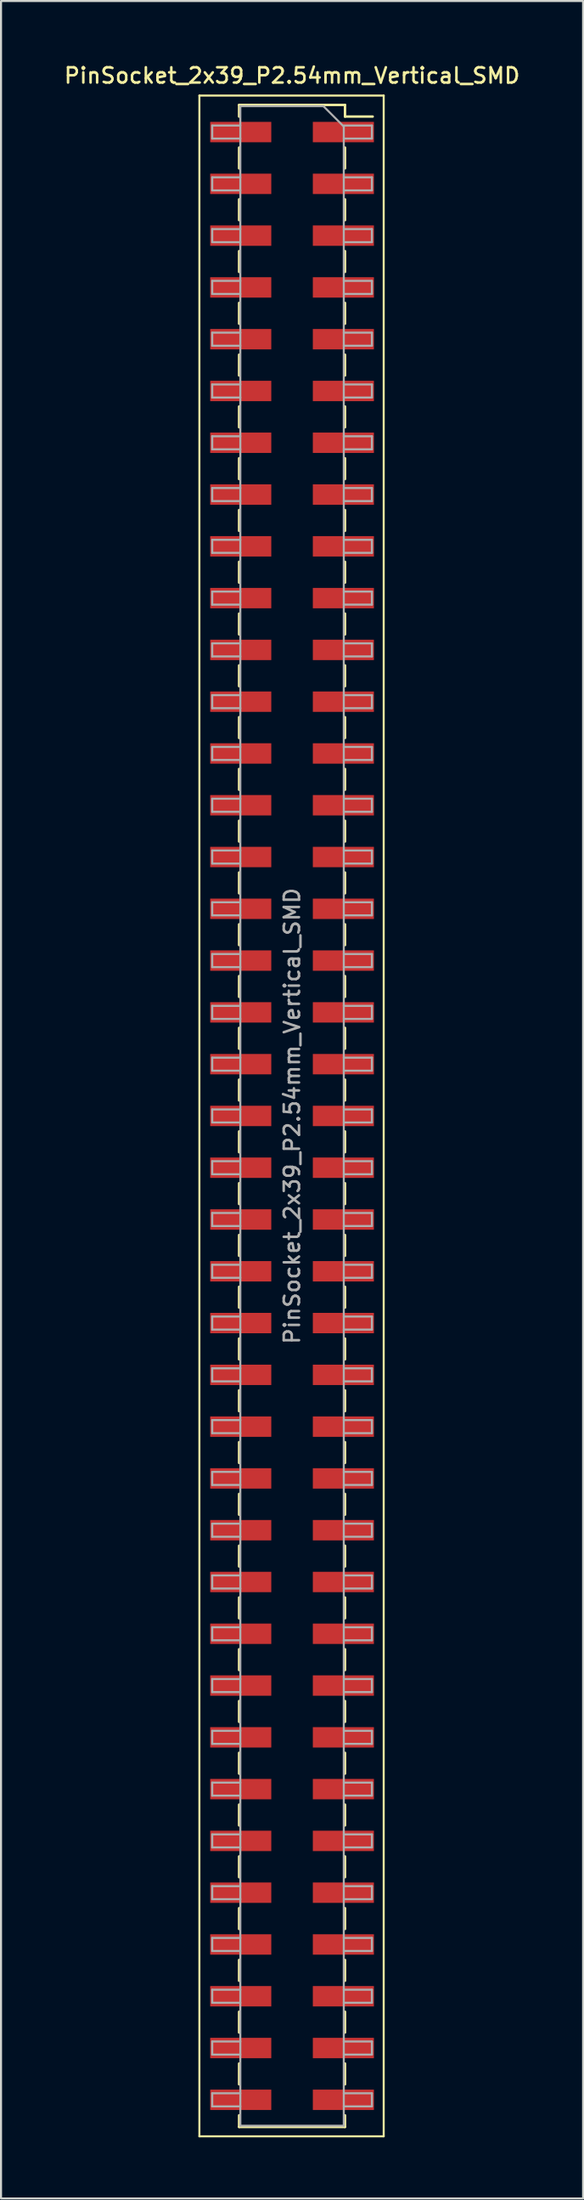
<source format=kicad_pcb>
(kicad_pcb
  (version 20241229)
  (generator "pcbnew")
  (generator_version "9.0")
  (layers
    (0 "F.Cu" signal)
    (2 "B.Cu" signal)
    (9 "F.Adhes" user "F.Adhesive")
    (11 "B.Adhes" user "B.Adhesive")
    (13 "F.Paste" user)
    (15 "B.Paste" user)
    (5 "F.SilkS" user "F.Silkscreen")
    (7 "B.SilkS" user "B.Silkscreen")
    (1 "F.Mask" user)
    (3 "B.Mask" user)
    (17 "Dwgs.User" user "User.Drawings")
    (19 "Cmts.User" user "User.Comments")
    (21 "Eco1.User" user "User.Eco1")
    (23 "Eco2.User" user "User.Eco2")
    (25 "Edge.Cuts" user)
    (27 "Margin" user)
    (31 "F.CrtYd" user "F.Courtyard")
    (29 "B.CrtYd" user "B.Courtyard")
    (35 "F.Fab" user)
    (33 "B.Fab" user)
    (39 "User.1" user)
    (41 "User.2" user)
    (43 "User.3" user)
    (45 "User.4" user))
  (footprint "PinSocket_2x39_P2.54mm_Vertical_SMD"
    (layer "F.Cu")
    (at 11.291 51.688)
    (property "Reference" "PinSocket_2x39_P2.54mm_Vertical_SMD" (at 0 -51.03 0) (layer "F.SilkS") (effects (font (size 0.75 0.75) (thickness 0.125))))
    (attr smd)
    (fp_line (start -4.55 -50.05) (end 4.5 -50.05) (stroke (width 0.1) (type solid)) (layer "F.SilkS"))
    (fp_line (start -4.55 50.05) (end -4.55 -50.05) (stroke (width 0.1) (type solid)) (layer "F.SilkS"))
    (fp_line (start -2.6 -49.59) (end -2.6 -49.02) (stroke (width 0.12) (type solid)) (layer "F.SilkS"))
    (fp_line (start -2.6 -49.59) (end 2.6 -49.59) (stroke (width 0.12) (type solid)) (layer "F.SilkS"))
    (fp_line (start -2.6 -47.5) (end -2.6 -46.48) (stroke (width 0.12) (type solid)) (layer "F.SilkS"))
    (fp_line (start -2.6 -44.96) (end -2.6 -43.94) (stroke (width 0.12) (type solid)) (layer "F.SilkS"))
    (fp_line (start -2.6 -42.42) (end -2.6 -41.4) (stroke (width 0.12) (type solid)) (layer "F.SilkS"))
    (fp_line (start -2.6 -39.88) (end -2.6 -38.86) (stroke (width 0.12) (type solid)) (layer "F.SilkS"))
    (fp_line (start -2.6 -37.34) (end -2.6 -36.32) (stroke (width 0.12) (type solid)) (layer "F.SilkS"))
    (fp_line (start -2.6 -34.8) (end -2.6 -33.78) (stroke (width 0.12) (type solid)) (layer "F.SilkS"))
    (fp_line (start -2.6 -32.26) (end -2.6 -31.24) (stroke (width 0.12) (type solid)) (layer "F.SilkS"))
    (fp_line (start -2.6 -29.72) (end -2.6 -28.7) (stroke (width 0.12) (type solid)) (layer "F.SilkS"))
    (fp_line (start -2.6 -27.18) (end -2.6 -26.16) (stroke (width 0.12) (type solid)) (layer "F.SilkS"))
    (fp_line (start -2.6 -24.64) (end -2.6 -23.62) (stroke (width 0.12) (type solid)) (layer "F.SilkS"))
    (fp_line (start -2.6 -22.1) (end -2.6 -21.08) (stroke (width 0.12) (type solid)) (layer "F.SilkS"))
    (fp_line (start -2.6 -19.56) (end -2.6 -18.54) (stroke (width 0.12) (type solid)) (layer "F.SilkS"))
    (fp_line (start -2.6 -17.02) (end -2.6 -16) (stroke (width 0.12) (type solid)) (layer "F.SilkS"))
    (fp_line (start -2.6 -14.48) (end -2.6 -13.46) (stroke (width 0.12) (type solid)) (layer "F.SilkS"))
    (fp_line (start -2.6 -11.94) (end -2.6 -10.92) (stroke (width 0.12) (type solid)) (layer "F.SilkS"))
    (fp_line (start -2.6 -9.4) (end -2.6 -8.38) (stroke (width 0.12) (type solid)) (layer "F.SilkS"))
    (fp_line (start -2.6 -6.86) (end -2.6 -5.84) (stroke (width 0.12) (type solid)) (layer "F.SilkS"))
    (fp_line (start -2.6 -4.32) (end -2.6 -3.3) (stroke (width 0.12) (type solid)) (layer "F.SilkS"))
    (fp_line (start -2.6 -1.78) (end -2.6 -0.76) (stroke (width 0.12) (type solid)) (layer "F.SilkS"))
    (fp_line (start -2.6 0.76) (end -2.6 1.78) (stroke (width 0.12) (type solid)) (layer "F.SilkS"))
    (fp_line (start -2.6 3.3) (end -2.6 4.32) (stroke (width 0.12) (type solid)) (layer "F.SilkS"))
    (fp_line (start -2.6 5.84) (end -2.6 6.86) (stroke (width 0.12) (type solid)) (layer "F.SilkS"))
    (fp_line (start -2.6 8.38) (end -2.6 9.4) (stroke (width 0.12) (type solid)) (layer "F.SilkS"))
    (fp_line (start -2.6 10.92) (end -2.6 11.94) (stroke (width 0.12) (type solid)) (layer "F.SilkS"))
    (fp_line (start -2.6 13.46) (end -2.6 14.48) (stroke (width 0.12) (type solid)) (layer "F.SilkS"))
    (fp_line (start -2.6 16) (end -2.6 17.02) (stroke (width 0.12) (type solid)) (layer "F.SilkS"))
    (fp_line (start -2.6 18.54) (end -2.6 19.56) (stroke (width 0.12) (type solid)) (layer "F.SilkS"))
    (fp_line (start -2.6 21.08) (end -2.6 22.1) (stroke (width 0.12) (type solid)) (layer "F.SilkS"))
    (fp_line (start -2.6 23.62) (end -2.6 24.64) (stroke (width 0.12) (type solid)) (layer "F.SilkS"))
    (fp_line (start -2.6 26.16) (end -2.6 27.18) (stroke (width 0.12) (type solid)) (layer "F.SilkS"))
    (fp_line (start -2.6 28.7) (end -2.6 29.72) (stroke (width 0.12) (type solid)) (layer "F.SilkS"))
    (fp_line (start -2.6 31.24) (end -2.6 32.26) (stroke (width 0.12) (type solid)) (layer "F.SilkS"))
    (fp_line (start -2.6 33.78) (end -2.6 34.8) (stroke (width 0.12) (type solid)) (layer "F.SilkS"))
    (fp_line (start -2.6 36.32) (end -2.6 37.34) (stroke (width 0.12) (type solid)) (layer "F.SilkS"))
    (fp_line (start -2.6 38.86) (end -2.6 39.88) (stroke (width 0.12) (type solid)) (layer "F.SilkS"))
    (fp_line (start -2.6 41.4) (end -2.6 42.42) (stroke (width 0.12) (type solid)) (layer "F.SilkS"))
    (fp_line (start -2.6 43.94) (end -2.6 44.96) (stroke (width 0.12) (type solid)) (layer "F.SilkS"))
    (fp_line (start -2.6 46.48) (end -2.6 47.5) (stroke (width 0.12) (type solid)) (layer "F.SilkS"))
    (fp_line (start -2.6 49.02) (end -2.6 49.59) (stroke (width 0.12) (type solid)) (layer "F.SilkS"))
    (fp_line (start -2.6 49.59) (end 2.6 49.59) (stroke (width 0.12) (type solid)) (layer "F.SilkS"))
    (fp_line (start 2.6 -49.59) (end 2.6 -49.02) (stroke (width 0.12) (type solid)) (layer "F.SilkS"))
    (fp_line (start 2.6 -49.02) (end 3.96 -49.02) (stroke (width 0.12) (type solid)) (layer "F.SilkS"))
    (fp_line (start 2.6 -47.5) (end 2.6 -46.48) (stroke (width 0.12) (type solid)) (layer "F.SilkS"))
    (fp_line (start 2.6 -44.96) (end 2.6 -43.94) (stroke (width 0.12) (type solid)) (layer "F.SilkS"))
    (fp_line (start 2.6 -42.42) (end 2.6 -41.4) (stroke (width 0.12) (type solid)) (layer "F.SilkS"))
    (fp_line (start 2.6 -39.88) (end 2.6 -38.86) (stroke (width 0.12) (type solid)) (layer "F.SilkS"))
    (fp_line (start 2.6 -37.34) (end 2.6 -36.32) (stroke (width 0.12) (type solid)) (layer "F.SilkS"))
    (fp_line (start 2.6 -34.8) (end 2.6 -33.78) (stroke (width 0.12) (type solid)) (layer "F.SilkS"))
    (fp_line (start 2.6 -32.26) (end 2.6 -31.24) (stroke (width 0.12) (type solid)) (layer "F.SilkS"))
    (fp_line (start 2.6 -29.72) (end 2.6 -28.7) (stroke (width 0.12) (type solid)) (layer "F.SilkS"))
    (fp_line (start 2.6 -27.18) (end 2.6 -26.16) (stroke (width 0.12) (type solid)) (layer "F.SilkS"))
    (fp_line (start 2.6 -24.64) (end 2.6 -23.62) (stroke (width 0.12) (type solid)) (layer "F.SilkS"))
    (fp_line (start 2.6 -22.1) (end 2.6 -21.08) (stroke (width 0.12) (type solid)) (layer "F.SilkS"))
    (fp_line (start 2.6 -19.56) (end 2.6 -18.54) (stroke (width 0.12) (type solid)) (layer "F.SilkS"))
    (fp_line (start 2.6 -17.02) (end 2.6 -16) (stroke (width 0.12) (type solid)) (layer "F.SilkS"))
    (fp_line (start 2.6 -14.48) (end 2.6 -13.46) (stroke (width 0.12) (type solid)) (layer "F.SilkS"))
    (fp_line (start 2.6 -11.94) (end 2.6 -10.92) (stroke (width 0.12) (type solid)) (layer "F.SilkS"))
    (fp_line (start 2.6 -9.4) (end 2.6 -8.38) (stroke (width 0.12) (type solid)) (layer "F.SilkS"))
    (fp_line (start 2.6 -6.86) (end 2.6 -5.84) (stroke (width 0.12) (type solid)) (layer "F.SilkS"))
    (fp_line (start 2.6 -4.32) (end 2.6 -3.3) (stroke (width 0.12) (type solid)) (layer "F.SilkS"))
    (fp_line (start 2.6 -1.78) (end 2.6 -0.76) (stroke (width 0.12) (type solid)) (layer "F.SilkS"))
    (fp_line (start 2.6 0.76) (end 2.6 1.78) (stroke (width 0.12) (type solid)) (layer "F.SilkS"))
    (fp_line (start 2.6 3.3) (end 2.6 4.32) (stroke (width 0.12) (type solid)) (layer "F.SilkS"))
    (fp_line (start 2.6 5.84) (end 2.6 6.86) (stroke (width 0.12) (type solid)) (layer "F.SilkS"))
    (fp_line (start 2.6 8.38) (end 2.6 9.4) (stroke (width 0.12) (type solid)) (layer "F.SilkS"))
    (fp_line (start 2.6 10.92) (end 2.6 11.94) (stroke (width 0.12) (type solid)) (layer "F.SilkS"))
    (fp_line (start 2.6 13.46) (end 2.6 14.48) (stroke (width 0.12) (type solid)) (layer "F.SilkS"))
    (fp_line (start 2.6 16) (end 2.6 17.02) (stroke (width 0.12) (type solid)) (layer "F.SilkS"))
    (fp_line (start 2.6 18.54) (end 2.6 19.56) (stroke (width 0.12) (type solid)) (layer "F.SilkS"))
    (fp_line (start 2.6 21.08) (end 2.6 22.1) (stroke (width 0.12) (type solid)) (layer "F.SilkS"))
    (fp_line (start 2.6 23.62) (end 2.6 24.64) (stroke (width 0.12) (type solid)) (layer "F.SilkS"))
    (fp_line (start 2.6 26.16) (end 2.6 27.18) (stroke (width 0.12) (type solid)) (layer "F.SilkS"))
    (fp_line (start 2.6 28.7) (end 2.6 29.72) (stroke (width 0.12) (type solid)) (layer "F.SilkS"))
    (fp_line (start 2.6 31.24) (end 2.6 32.26) (stroke (width 0.12) (type solid)) (layer "F.SilkS"))
    (fp_line (start 2.6 33.78) (end 2.6 34.8) (stroke (width 0.12) (type solid)) (layer "F.SilkS"))
    (fp_line (start 2.6 36.32) (end 2.6 37.34) (stroke (width 0.12) (type solid)) (layer "F.SilkS"))
    (fp_line (start 2.6 38.86) (end 2.6 39.88) (stroke (width 0.12) (type solid)) (layer "F.SilkS"))
    (fp_line (start 2.6 41.4) (end 2.6 42.42) (stroke (width 0.12) (type solid)) (layer "F.SilkS"))
    (fp_line (start 2.6 43.94) (end 2.6 44.96) (stroke (width 0.12) (type solid)) (layer "F.SilkS"))
    (fp_line (start 2.6 46.48) (end 2.6 47.5) (stroke (width 0.12) (type solid)) (layer "F.SilkS"))
    (fp_line (start 2.6 49.02) (end 2.6 49.59) (stroke (width 0.12) (type solid)) (layer "F.SilkS"))
    (fp_line (start 4.5 -50.05) (end 4.5 50.05) (stroke (width 0.1) (type solid)) (layer "F.SilkS"))
    (fp_line (start 4.5 50.05) (end -4.55 50.05) (stroke (width 0.1) (type solid)) (layer "F.SilkS"))
    (fp_line (start -3.92 -48.58) (end -2.54 -48.58) (stroke (width 0.1) (type solid)) (layer "F.Fab"))
    (fp_line (start -3.92 -47.94) (end -3.92 -48.58) (stroke (width 0.1) (type solid)) (layer "F.Fab"))
    (fp_line (start -3.92 -46.04) (end -2.54 -46.04) (stroke (width 0.1) (type solid)) (layer "F.Fab"))
    (fp_line (start -3.92 -45.4) (end -3.92 -46.04) (stroke (width 0.1) (type solid)) (layer "F.Fab"))
    (fp_line (start -3.92 -43.5) (end -2.54 -43.5) (stroke (width 0.1) (type solid)) (layer "F.Fab"))
    (fp_line (start -3.92 -42.86) (end -3.92 -43.5) (stroke (width 0.1) (type solid)) (layer "F.Fab"))
    (fp_line (start -3.92 -40.96) (end -2.54 -40.96) (stroke (width 0.1) (type solid)) (layer "F.Fab"))
    (fp_line (start -3.92 -40.32) (end -3.92 -40.96) (stroke (width 0.1) (type solid)) (layer "F.Fab"))
    (fp_line (start -3.92 -38.42) (end -2.54 -38.42) (stroke (width 0.1) (type solid)) (layer "F.Fab"))
    (fp_line (start -3.92 -37.78) (end -3.92 -38.42) (stroke (width 0.1) (type solid)) (layer "F.Fab"))
    (fp_line (start -3.92 -35.88) (end -2.54 -35.88) (stroke (width 0.1) (type solid)) (layer "F.Fab"))
    (fp_line (start -3.92 -35.24) (end -3.92 -35.88) (stroke (width 0.1) (type solid)) (layer "F.Fab"))
    (fp_line (start -3.92 -33.34) (end -2.54 -33.34) (stroke (width 0.1) (type solid)) (layer "F.Fab"))
    (fp_line (start -3.92 -32.7) (end -3.92 -33.34) (stroke (width 0.1) (type solid)) (layer "F.Fab"))
    (fp_line (start -3.92 -30.8) (end -2.54 -30.8) (stroke (width 0.1) (type solid)) (layer "F.Fab"))
    (fp_line (start -3.92 -30.16) (end -3.92 -30.8) (stroke (width 0.1) (type solid)) (layer "F.Fab"))
    (fp_line (start -3.92 -28.26) (end -2.54 -28.26) (stroke (width 0.1) (type solid)) (layer "F.Fab"))
    (fp_line (start -3.92 -27.62) (end -3.92 -28.26) (stroke (width 0.1) (type solid)) (layer "F.Fab"))
    (fp_line (start -3.92 -25.72) (end -2.54 -25.72) (stroke (width 0.1) (type solid)) (layer "F.Fab"))
    (fp_line (start -3.92 -25.08) (end -3.92 -25.72) (stroke (width 0.1) (type solid)) (layer "F.Fab"))
    (fp_line (start -3.92 -23.18) (end -2.54 -23.18) (stroke (width 0.1) (type solid)) (layer "F.Fab"))
    (fp_line (start -3.92 -22.54) (end -3.92 -23.18) (stroke (width 0.1) (type solid)) (layer "F.Fab"))
    (fp_line (start -3.92 -20.64) (end -2.54 -20.64) (stroke (width 0.1) (type solid)) (layer "F.Fab"))
    (fp_line (start -3.92 -20) (end -3.92 -20.64) (stroke (width 0.1) (type solid)) (layer "F.Fab"))
    (fp_line (start -3.92 -18.1) (end -2.54 -18.1) (stroke (width 0.1) (type solid)) (layer "F.Fab"))
    (fp_line (start -3.92 -17.46) (end -3.92 -18.1) (stroke (width 0.1) (type solid)) (layer "F.Fab"))
    (fp_line (start -3.92 -15.56) (end -2.54 -15.56) (stroke (width 0.1) (type solid)) (layer "F.Fab"))
    (fp_line (start -3.92 -14.92) (end -3.92 -15.56) (stroke (width 0.1) (type solid)) (layer "F.Fab"))
    (fp_line (start -3.92 -13.02) (end -2.54 -13.02) (stroke (width 0.1) (type solid)) (layer "F.Fab"))
    (fp_line (start -3.92 -12.38) (end -3.92 -13.02) (stroke (width 0.1) (type solid)) (layer "F.Fab"))
    (fp_line (start -3.92 -10.48) (end -2.54 -10.48) (stroke (width 0.1) (type solid)) (layer "F.Fab"))
    (fp_line (start -3.92 -9.84) (end -3.92 -10.48) (stroke (width 0.1) (type solid)) (layer "F.Fab"))
    (fp_line (start -3.92 -7.94) (end -2.54 -7.94) (stroke (width 0.1) (type solid)) (layer "F.Fab"))
    (fp_line (start -3.92 -7.3) (end -3.92 -7.94) (stroke (width 0.1) (type solid)) (layer "F.Fab"))
    (fp_line (start -3.92 -5.4) (end -2.54 -5.4) (stroke (width 0.1) (type solid)) (layer "F.Fab"))
    (fp_line (start -3.92 -4.76) (end -3.92 -5.4) (stroke (width 0.1) (type solid)) (layer "F.Fab"))
    (fp_line (start -3.92 -2.86) (end -2.54 -2.86) (stroke (width 0.1) (type solid)) (layer "F.Fab"))
    (fp_line (start -3.92 -2.22) (end -3.92 -2.86) (stroke (width 0.1) (type solid)) (layer "F.Fab"))
    (fp_line (start -3.92 -0.32) (end -2.54 -0.32) (stroke (width 0.1) (type solid)) (layer "F.Fab"))
    (fp_line (start -3.92 0.32) (end -3.92 -0.32) (stroke (width 0.1) (type solid)) (layer "F.Fab"))
    (fp_line (start -3.92 2.22) (end -2.54 2.22) (stroke (width 0.1) (type solid)) (layer "F.Fab"))
    (fp_line (start -3.92 2.86) (end -3.92 2.22) (stroke (width 0.1) (type solid)) (layer "F.Fab"))
    (fp_line (start -3.92 4.76) (end -2.54 4.76) (stroke (width 0.1) (type solid)) (layer "F.Fab"))
    (fp_line (start -3.92 5.4) (end -3.92 4.76) (stroke (width 0.1) (type solid)) (layer "F.Fab"))
    (fp_line (start -3.92 7.3) (end -2.54 7.3) (stroke (width 0.1) (type solid)) (layer "F.Fab"))
    (fp_line (start -3.92 7.94) (end -3.92 7.3) (stroke (width 0.1) (type solid)) (layer "F.Fab"))
    (fp_line (start -3.92 9.84) (end -2.54 9.84) (stroke (width 0.1) (type solid)) (layer "F.Fab"))
    (fp_line (start -3.92 10.48) (end -3.92 9.84) (stroke (width 0.1) (type solid)) (layer "F.Fab"))
    (fp_line (start -3.92 12.38) (end -2.54 12.38) (stroke (width 0.1) (type solid)) (layer "F.Fab"))
    (fp_line (start -3.92 13.02) (end -3.92 12.38) (stroke (width 0.1) (type solid)) (layer "F.Fab"))
    (fp_line (start -3.92 14.92) (end -2.54 14.92) (stroke (width 0.1) (type solid)) (layer "F.Fab"))
    (fp_line (start -3.92 15.56) (end -3.92 14.92) (stroke (width 0.1) (type solid)) (layer "F.Fab"))
    (fp_line (start -3.92 17.46) (end -2.54 17.46) (stroke (width 0.1) (type solid)) (layer "F.Fab"))
    (fp_line (start -3.92 18.1) (end -3.92 17.46) (stroke (width 0.1) (type solid)) (layer "F.Fab"))
    (fp_line (start -3.92 20) (end -2.54 20) (stroke (width 0.1) (type solid)) (layer "F.Fab"))
    (fp_line (start -3.92 20.64) (end -3.92 20) (stroke (width 0.1) (type solid)) (layer "F.Fab"))
    (fp_line (start -3.92 22.54) (end -2.54 22.54) (stroke (width 0.1) (type solid)) (layer "F.Fab"))
    (fp_line (start -3.92 23.18) (end -3.92 22.54) (stroke (width 0.1) (type solid)) (layer "F.Fab"))
    (fp_line (start -3.92 25.08) (end -2.54 25.08) (stroke (width 0.1) (type solid)) (layer "F.Fab"))
    (fp_line (start -3.92 25.72) (end -3.92 25.08) (stroke (width 0.1) (type solid)) (layer "F.Fab"))
    (fp_line (start -3.92 27.62) (end -2.54 27.62) (stroke (width 0.1) (type solid)) (layer "F.Fab"))
    (fp_line (start -3.92 28.26) (end -3.92 27.62) (stroke (width 0.1) (type solid)) (layer "F.Fab"))
    (fp_line (start -3.92 30.16) (end -2.54 30.16) (stroke (width 0.1) (type solid)) (layer "F.Fab"))
    (fp_line (start -3.92 30.8) (end -3.92 30.16) (stroke (width 0.1) (type solid)) (layer "F.Fab"))
    (fp_line (start -3.92 32.7) (end -2.54 32.7) (stroke (width 0.1) (type solid)) (layer "F.Fab"))
    (fp_line (start -3.92 33.34) (end -3.92 32.7) (stroke (width 0.1) (type solid)) (layer "F.Fab"))
    (fp_line (start -3.92 35.24) (end -2.54 35.24) (stroke (width 0.1) (type solid)) (layer "F.Fab"))
    (fp_line (start -3.92 35.88) (end -3.92 35.24) (stroke (width 0.1) (type solid)) (layer "F.Fab"))
    (fp_line (start -3.92 37.78) (end -2.54 37.78) (stroke (width 0.1) (type solid)) (layer "F.Fab"))
    (fp_line (start -3.92 38.42) (end -3.92 37.78) (stroke (width 0.1) (type solid)) (layer "F.Fab"))
    (fp_line (start -3.92 40.32) (end -2.54 40.32) (stroke (width 0.1) (type solid)) (layer "F.Fab"))
    (fp_line (start -3.92 40.96) (end -3.92 40.32) (stroke (width 0.1) (type solid)) (layer "F.Fab"))
    (fp_line (start -3.92 42.86) (end -2.54 42.86) (stroke (width 0.1) (type solid)) (layer "F.Fab"))
    (fp_line (start -3.92 43.5) (end -3.92 42.86) (stroke (width 0.1) (type solid)) (layer "F.Fab"))
    (fp_line (start -3.92 45.4) (end -2.54 45.4) (stroke (width 0.1) (type solid)) (layer "F.Fab"))
    (fp_line (start -3.92 46.04) (end -3.92 45.4) (stroke (width 0.1) (type solid)) (layer "F.Fab"))
    (fp_line (start -3.92 47.94) (end -2.54 47.94) (stroke (width 0.1) (type solid)) (layer "F.Fab"))
    (fp_line (start -3.92 48.58) (end -3.92 47.94) (stroke (width 0.1) (type solid)) (layer "F.Fab"))
    (fp_line (start -2.54 -49.53) (end 1.54 -49.53) (stroke (width 0.1) (type solid)) (layer "F.Fab"))
    (fp_line (start -2.54 -47.94) (end -3.92 -47.94) (stroke (width 0.1) (type solid)) (layer "F.Fab"))
    (fp_line (start -2.54 -45.4) (end -3.92 -45.4) (stroke (width 0.1) (type solid)) (layer "F.Fab"))
    (fp_line (start -2.54 -42.86) (end -3.92 -42.86) (stroke (width 0.1) (type solid)) (layer "F.Fab"))
    (fp_line (start -2.54 -40.32) (end -3.92 -40.32) (stroke (width 0.1) (type solid)) (layer "F.Fab"))
    (fp_line (start -2.54 -37.78) (end -3.92 -37.78) (stroke (width 0.1) (type solid)) (layer "F.Fab"))
    (fp_line (start -2.54 -35.24) (end -3.92 -35.24) (stroke (width 0.1) (type solid)) (layer "F.Fab"))
    (fp_line (start -2.54 -32.7) (end -3.92 -32.7) (stroke (width 0.1) (type solid)) (layer "F.Fab"))
    (fp_line (start -2.54 -30.16) (end -3.92 -30.16) (stroke (width 0.1) (type solid)) (layer "F.Fab"))
    (fp_line (start -2.54 -27.62) (end -3.92 -27.62) (stroke (width 0.1) (type solid)) (layer "F.Fab"))
    (fp_line (start -2.54 -25.08) (end -3.92 -25.08) (stroke (width 0.1) (type solid)) (layer "F.Fab"))
    (fp_line (start -2.54 -22.54) (end -3.92 -22.54) (stroke (width 0.1) (type solid)) (layer "F.Fab"))
    (fp_line (start -2.54 -20) (end -3.92 -20) (stroke (width 0.1) (type solid)) (layer "F.Fab"))
    (fp_line (start -2.54 -17.46) (end -3.92 -17.46) (stroke (width 0.1) (type solid)) (layer "F.Fab"))
    (fp_line (start -2.54 -14.92) (end -3.92 -14.92) (stroke (width 0.1) (type solid)) (layer "F.Fab"))
    (fp_line (start -2.54 -12.38) (end -3.92 -12.38) (stroke (width 0.1) (type solid)) (layer "F.Fab"))
    (fp_line (start -2.54 -9.84) (end -3.92 -9.84) (stroke (width 0.1) (type solid)) (layer "F.Fab"))
    (fp_line (start -2.54 -7.3) (end -3.92 -7.3) (stroke (width 0.1) (type solid)) (layer "F.Fab"))
    (fp_line (start -2.54 -4.76) (end -3.92 -4.76) (stroke (width 0.1) (type solid)) (layer "F.Fab"))
    (fp_line (start -2.54 -2.22) (end -3.92 -2.22) (stroke (width 0.1) (type solid)) (layer "F.Fab"))
    (fp_line (start -2.54 0.32) (end -3.92 0.32) (stroke (width 0.1) (type solid)) (layer "F.Fab"))
    (fp_line (start -2.54 2.86) (end -3.92 2.86) (stroke (width 0.1) (type solid)) (layer "F.Fab"))
    (fp_line (start -2.54 5.4) (end -3.92 5.4) (stroke (width 0.1) (type solid)) (layer "F.Fab"))
    (fp_line (start -2.54 7.94) (end -3.92 7.94) (stroke (width 0.1) (type solid)) (layer "F.Fab"))
    (fp_line (start -2.54 10.48) (end -3.92 10.48) (stroke (width 0.1) (type solid)) (layer "F.Fab"))
    (fp_line (start -2.54 13.02) (end -3.92 13.02) (stroke (width 0.1) (type solid)) (layer "F.Fab"))
    (fp_line (start -2.54 15.56) (end -3.92 15.56) (stroke (width 0.1) (type solid)) (layer "F.Fab"))
    (fp_line (start -2.54 18.1) (end -3.92 18.1) (stroke (width 0.1) (type solid)) (layer "F.Fab"))
    (fp_line (start -2.54 20.64) (end -3.92 20.64) (stroke (width 0.1) (type solid)) (layer "F.Fab"))
    (fp_line (start -2.54 23.18) (end -3.92 23.18) (stroke (width 0.1) (type solid)) (layer "F.Fab"))
    (fp_line (start -2.54 25.72) (end -3.92 25.72) (stroke (width 0.1) (type solid)) (layer "F.Fab"))
    (fp_line (start -2.54 28.26) (end -3.92 28.26) (stroke (width 0.1) (type solid)) (layer "F.Fab"))
    (fp_line (start -2.54 30.8) (end -3.92 30.8) (stroke (width 0.1) (type solid)) (layer "F.Fab"))
    (fp_line (start -2.54 33.34) (end -3.92 33.34) (stroke (width 0.1) (type solid)) (layer "F.Fab"))
    (fp_line (start -2.54 35.88) (end -3.92 35.88) (stroke (width 0.1) (type solid)) (layer "F.Fab"))
    (fp_line (start -2.54 38.42) (end -3.92 38.42) (stroke (width 0.1) (type solid)) (layer "F.Fab"))
    (fp_line (start -2.54 40.96) (end -3.92 40.96) (stroke (width 0.1) (type solid)) (layer "F.Fab"))
    (fp_line (start -2.54 43.5) (end -3.92 43.5) (stroke (width 0.1) (type solid)) (layer "F.Fab"))
    (fp_line (start -2.54 46.04) (end -3.92 46.04) (stroke (width 0.1) (type solid)) (layer "F.Fab"))
    (fp_line (start -2.54 48.58) (end -3.92 48.58) (stroke (width 0.1) (type solid)) (layer "F.Fab"))
    (fp_line (start -2.54 49.53) (end -2.54 -49.53) (stroke (width 0.1) (type solid)) (layer "F.Fab"))
    (fp_line (start 1.54 -49.53) (end 2.54 -48.53) (stroke (width 0.1) (type solid)) (layer "F.Fab"))
    (fp_line (start 2.54 -48.58) (end 3.92 -48.58) (stroke (width 0.1) (type solid)) (layer "F.Fab"))
    (fp_line (start 2.54 -48.53) (end 2.54 49.53) (stroke (width 0.1) (type solid)) (layer "F.Fab"))
    (fp_line (start 2.54 -46.04) (end 3.92 -46.04) (stroke (width 0.1) (type solid)) (layer "F.Fab"))
    (fp_line (start 2.54 -43.5) (end 3.92 -43.5) (stroke (width 0.1) (type solid)) (layer "F.Fab"))
    (fp_line (start 2.54 -40.96) (end 3.92 -40.96) (stroke (width 0.1) (type solid)) (layer "F.Fab"))
    (fp_line (start 2.54 -38.42) (end 3.92 -38.42) (stroke (width 0.1) (type solid)) (layer "F.Fab"))
    (fp_line (start 2.54 -35.88) (end 3.92 -35.88) (stroke (width 0.1) (type solid)) (layer "F.Fab"))
    (fp_line (start 2.54 -33.34) (end 3.92 -33.34) (stroke (width 0.1) (type solid)) (layer "F.Fab"))
    (fp_line (start 2.54 -30.8) (end 3.92 -30.8) (stroke (width 0.1) (type solid)) (layer "F.Fab"))
    (fp_line (start 2.54 -28.26) (end 3.92 -28.26) (stroke (width 0.1) (type solid)) (layer "F.Fab"))
    (fp_line (start 2.54 -25.72) (end 3.92 -25.72) (stroke (width 0.1) (type solid)) (layer "F.Fab"))
    (fp_line (start 2.54 -23.18) (end 3.92 -23.18) (stroke (width 0.1) (type solid)) (layer "F.Fab"))
    (fp_line (start 2.54 -20.64) (end 3.92 -20.64) (stroke (width 0.1) (type solid)) (layer "F.Fab"))
    (fp_line (start 2.54 -18.1) (end 3.92 -18.1) (stroke (width 0.1) (type solid)) (layer "F.Fab"))
    (fp_line (start 2.54 -15.56) (end 3.92 -15.56) (stroke (width 0.1) (type solid)) (layer "F.Fab"))
    (fp_line (start 2.54 -13.02) (end 3.92 -13.02) (stroke (width 0.1) (type solid)) (layer "F.Fab"))
    (fp_line (start 2.54 -10.48) (end 3.92 -10.48) (stroke (width 0.1) (type solid)) (layer "F.Fab"))
    (fp_line (start 2.54 -7.94) (end 3.92 -7.94) (stroke (width 0.1) (type solid)) (layer "F.Fab"))
    (fp_line (start 2.54 -5.4) (end 3.92 -5.4) (stroke (width 0.1) (type solid)) (layer "F.Fab"))
    (fp_line (start 2.54 -2.86) (end 3.92 -2.86) (stroke (width 0.1) (type solid)) (layer "F.Fab"))
    (fp_line (start 2.54 -0.32) (end 3.92 -0.32) (stroke (width 0.1) (type solid)) (layer "F.Fab"))
    (fp_line (start 2.54 2.22) (end 3.92 2.22) (stroke (width 0.1) (type solid)) (layer "F.Fab"))
    (fp_line (start 2.54 4.76) (end 3.92 4.76) (stroke (width 0.1) (type solid)) (layer "F.Fab"))
    (fp_line (start 2.54 7.3) (end 3.92 7.3) (stroke (width 0.1) (type solid)) (layer "F.Fab"))
    (fp_line (start 2.54 9.84) (end 3.92 9.84) (stroke (width 0.1) (type solid)) (layer "F.Fab"))
    (fp_line (start 2.54 12.38) (end 3.92 12.38) (stroke (width 0.1) (type solid)) (layer "F.Fab"))
    (fp_line (start 2.54 14.92) (end 3.92 14.92) (stroke (width 0.1) (type solid)) (layer "F.Fab"))
    (fp_line (start 2.54 17.46) (end 3.92 17.46) (stroke (width 0.1) (type solid)) (layer "F.Fab"))
    (fp_line (start 2.54 20) (end 3.92 20) (stroke (width 0.1) (type solid)) (layer "F.Fab"))
    (fp_line (start 2.54 22.54) (end 3.92 22.54) (stroke (width 0.1) (type solid)) (layer "F.Fab"))
    (fp_line (start 2.54 25.08) (end 3.92 25.08) (stroke (width 0.1) (type solid)) (layer "F.Fab"))
    (fp_line (start 2.54 27.62) (end 3.92 27.62) (stroke (width 0.1) (type solid)) (layer "F.Fab"))
    (fp_line (start 2.54 30.16) (end 3.92 30.16) (stroke (width 0.1) (type solid)) (layer "F.Fab"))
    (fp_line (start 2.54 32.7) (end 3.92 32.7) (stroke (width 0.1) (type solid)) (layer "F.Fab"))
    (fp_line (start 2.54 35.24) (end 3.92 35.24) (stroke (width 0.1) (type solid)) (layer "F.Fab"))
    (fp_line (start 2.54 37.78) (end 3.92 37.78) (stroke (width 0.1) (type solid)) (layer "F.Fab"))
    (fp_line (start 2.54 40.32) (end 3.92 40.32) (stroke (width 0.1) (type solid)) (layer "F.Fab"))
    (fp_line (start 2.54 42.86) (end 3.92 42.86) (stroke (width 0.1) (type solid)) (layer "F.Fab"))
    (fp_line (start 2.54 45.4) (end 3.92 45.4) (stroke (width 0.1) (type solid)) (layer "F.Fab"))
    (fp_line (start 2.54 47.94) (end 3.92 47.94) (stroke (width 0.1) (type solid)) (layer "F.Fab"))
    (fp_line (start 2.54 49.53) (end -2.54 49.53) (stroke (width 0.1) (type solid)) (layer "F.Fab"))
    (fp_line (start 3.92 -48.58) (end 3.92 -47.94) (stroke (width 0.1) (type solid)) (layer "F.Fab"))
    (fp_line (start 3.92 -47.94) (end 2.54 -47.94) (stroke (width 0.1) (type solid)) (layer "F.Fab"))
    (fp_line (start 3.92 -46.04) (end 3.92 -45.4) (stroke (width 0.1) (type solid)) (layer "F.Fab"))
    (fp_line (start 3.92 -45.4) (end 2.54 -45.4) (stroke (width 0.1) (type solid)) (layer "F.Fab"))
    (fp_line (start 3.92 -43.5) (end 3.92 -42.86) (stroke (width 0.1) (type solid)) (layer "F.Fab"))
    (fp_line (start 3.92 -42.86) (end 2.54 -42.86) (stroke (width 0.1) (type solid)) (layer "F.Fab"))
    (fp_line (start 3.92 -40.96) (end 3.92 -40.32) (stroke (width 0.1) (type solid)) (layer "F.Fab"))
    (fp_line (start 3.92 -40.32) (end 2.54 -40.32) (stroke (width 0.1) (type solid)) (layer "F.Fab"))
    (fp_line (start 3.92 -38.42) (end 3.92 -37.78) (stroke (width 0.1) (type solid)) (layer "F.Fab"))
    (fp_line (start 3.92 -37.78) (end 2.54 -37.78) (stroke (width 0.1) (type solid)) (layer "F.Fab"))
    (fp_line (start 3.92 -35.88) (end 3.92 -35.24) (stroke (width 0.1) (type solid)) (layer "F.Fab"))
    (fp_line (start 3.92 -35.24) (end 2.54 -35.24) (stroke (width 0.1) (type solid)) (layer "F.Fab"))
    (fp_line (start 3.92 -33.34) (end 3.92 -32.7) (stroke (width 0.1) (type solid)) (layer "F.Fab"))
    (fp_line (start 3.92 -32.7) (end 2.54 -32.7) (stroke (width 0.1) (type solid)) (layer "F.Fab"))
    (fp_line (start 3.92 -30.8) (end 3.92 -30.16) (stroke (width 0.1) (type solid)) (layer "F.Fab"))
    (fp_line (start 3.92 -30.16) (end 2.54 -30.16) (stroke (width 0.1) (type solid)) (layer "F.Fab"))
    (fp_line (start 3.92 -28.26) (end 3.92 -27.62) (stroke (width 0.1) (type solid)) (layer "F.Fab"))
    (fp_line (start 3.92 -27.62) (end 2.54 -27.62) (stroke (width 0.1) (type solid)) (layer "F.Fab"))
    (fp_line (start 3.92 -25.72) (end 3.92 -25.08) (stroke (width 0.1) (type solid)) (layer "F.Fab"))
    (fp_line (start 3.92 -25.08) (end 2.54 -25.08) (stroke (width 0.1) (type solid)) (layer "F.Fab"))
    (fp_line (start 3.92 -23.18) (end 3.92 -22.54) (stroke (width 0.1) (type solid)) (layer "F.Fab"))
    (fp_line (start 3.92 -22.54) (end 2.54 -22.54) (stroke (width 0.1) (type solid)) (layer "F.Fab"))
    (fp_line (start 3.92 -20.64) (end 3.92 -20) (stroke (width 0.1) (type solid)) (layer "F.Fab"))
    (fp_line (start 3.92 -20) (end 2.54 -20) (stroke (width 0.1) (type solid)) (layer "F.Fab"))
    (fp_line (start 3.92 -18.1) (end 3.92 -17.46) (stroke (width 0.1) (type solid)) (layer "F.Fab"))
    (fp_line (start 3.92 -17.46) (end 2.54 -17.46) (stroke (width 0.1) (type solid)) (layer "F.Fab"))
    (fp_line (start 3.92 -15.56) (end 3.92 -14.92) (stroke (width 0.1) (type solid)) (layer "F.Fab"))
    (fp_line (start 3.92 -14.92) (end 2.54 -14.92) (stroke (width 0.1) (type solid)) (layer "F.Fab"))
    (fp_line (start 3.92 -13.02) (end 3.92 -12.38) (stroke (width 0.1) (type solid)) (layer "F.Fab"))
    (fp_line (start 3.92 -12.38) (end 2.54 -12.38) (stroke (width 0.1) (type solid)) (layer "F.Fab"))
    (fp_line (start 3.92 -10.48) (end 3.92 -9.84) (stroke (width 0.1) (type solid)) (layer "F.Fab"))
    (fp_line (start 3.92 -9.84) (end 2.54 -9.84) (stroke (width 0.1) (type solid)) (layer "F.Fab"))
    (fp_line (start 3.92 -7.94) (end 3.92 -7.3) (stroke (width 0.1) (type solid)) (layer "F.Fab"))
    (fp_line (start 3.92 -7.3) (end 2.54 -7.3) (stroke (width 0.1) (type solid)) (layer "F.Fab"))
    (fp_line (start 3.92 -5.4) (end 3.92 -4.76) (stroke (width 0.1) (type solid)) (layer "F.Fab"))
    (fp_line (start 3.92 -4.76) (end 2.54 -4.76) (stroke (width 0.1) (type solid)) (layer "F.Fab"))
    (fp_line (start 3.92 -2.86) (end 3.92 -2.22) (stroke (width 0.1) (type solid)) (layer "F.Fab"))
    (fp_line (start 3.92 -2.22) (end 2.54 -2.22) (stroke (width 0.1) (type solid)) (layer "F.Fab"))
    (fp_line (start 3.92 -0.32) (end 3.92 0.32) (stroke (width 0.1) (type solid)) (layer "F.Fab"))
    (fp_line (start 3.92 0.32) (end 2.54 0.32) (stroke (width 0.1) (type solid)) (layer "F.Fab"))
    (fp_line (start 3.92 2.22) (end 3.92 2.86) (stroke (width 0.1) (type solid)) (layer "F.Fab"))
    (fp_line (start 3.92 2.86) (end 2.54 2.86) (stroke (width 0.1) (type solid)) (layer "F.Fab"))
    (fp_line (start 3.92 4.76) (end 3.92 5.4) (stroke (width 0.1) (type solid)) (layer "F.Fab"))
    (fp_line (start 3.92 5.4) (end 2.54 5.4) (stroke (width 0.1) (type solid)) (layer "F.Fab"))
    (fp_line (start 3.92 7.3) (end 3.92 7.94) (stroke (width 0.1) (type solid)) (layer "F.Fab"))
    (fp_line (start 3.92 7.94) (end 2.54 7.94) (stroke (width 0.1) (type solid)) (layer "F.Fab"))
    (fp_line (start 3.92 9.84) (end 3.92 10.48) (stroke (width 0.1) (type solid)) (layer "F.Fab"))
    (fp_line (start 3.92 10.48) (end 2.54 10.48) (stroke (width 0.1) (type solid)) (layer "F.Fab"))
    (fp_line (start 3.92 12.38) (end 3.92 13.02) (stroke (width 0.1) (type solid)) (layer "F.Fab"))
    (fp_line (start 3.92 13.02) (end 2.54 13.02) (stroke (width 0.1) (type solid)) (layer "F.Fab"))
    (fp_line (start 3.92 14.92) (end 3.92 15.56) (stroke (width 0.1) (type solid)) (layer "F.Fab"))
    (fp_line (start 3.92 15.56) (end 2.54 15.56) (stroke (width 0.1) (type solid)) (layer "F.Fab"))
    (fp_line (start 3.92 17.46) (end 3.92 18.1) (stroke (width 0.1) (type solid)) (layer "F.Fab"))
    (fp_line (start 3.92 18.1) (end 2.54 18.1) (stroke (width 0.1) (type solid)) (layer "F.Fab"))
    (fp_line (start 3.92 20) (end 3.92 20.64) (stroke (width 0.1) (type solid)) (layer "F.Fab"))
    (fp_line (start 3.92 20.64) (end 2.54 20.64) (stroke (width 0.1) (type solid)) (layer "F.Fab"))
    (fp_line (start 3.92 22.54) (end 3.92 23.18) (stroke (width 0.1) (type solid)) (layer "F.Fab"))
    (fp_line (start 3.92 23.18) (end 2.54 23.18) (stroke (width 0.1) (type solid)) (layer "F.Fab"))
    (fp_line (start 3.92 25.08) (end 3.92 25.72) (stroke (width 0.1) (type solid)) (layer "F.Fab"))
    (fp_line (start 3.92 25.72) (end 2.54 25.72) (stroke (width 0.1) (type solid)) (layer "F.Fab"))
    (fp_line (start 3.92 27.62) (end 3.92 28.26) (stroke (width 0.1) (type solid)) (layer "F.Fab"))
    (fp_line (start 3.92 28.26) (end 2.54 28.26) (stroke (width 0.1) (type solid)) (layer "F.Fab"))
    (fp_line (start 3.92 30.16) (end 3.92 30.8) (stroke (width 0.1) (type solid)) (layer "F.Fab"))
    (fp_line (start 3.92 30.8) (end 2.54 30.8) (stroke (width 0.1) (type solid)) (layer "F.Fab"))
    (fp_line (start 3.92 32.7) (end 3.92 33.34) (stroke (width 0.1) (type solid)) (layer "F.Fab"))
    (fp_line (start 3.92 33.34) (end 2.54 33.34) (stroke (width 0.1) (type solid)) (layer "F.Fab"))
    (fp_line (start 3.92 35.24) (end 3.92 35.88) (stroke (width 0.1) (type solid)) (layer "F.Fab"))
    (fp_line (start 3.92 35.88) (end 2.54 35.88) (stroke (width 0.1) (type solid)) (layer "F.Fab"))
    (fp_line (start 3.92 37.78) (end 3.92 38.42) (stroke (width 0.1) (type solid)) (layer "F.Fab"))
    (fp_line (start 3.92 38.42) (end 2.54 38.42) (stroke (width 0.1) (type solid)) (layer "F.Fab"))
    (fp_line (start 3.92 40.32) (end 3.92 40.96) (stroke (width 0.1) (type solid)) (layer "F.Fab"))
    (fp_line (start 3.92 40.96) (end 2.54 40.96) (stroke (width 0.1) (type solid)) (layer "F.Fab"))
    (fp_line (start 3.92 42.86) (end 3.92 43.5) (stroke (width 0.1) (type solid)) (layer "F.Fab"))
    (fp_line (start 3.92 43.5) (end 2.54 43.5) (stroke (width 0.1) (type solid)) (layer "F.Fab"))
    (fp_line (start 3.92 45.4) (end 3.92 46.04) (stroke (width 0.1) (type solid)) (layer "F.Fab"))
    (fp_line (start 3.92 46.04) (end 2.54 46.04) (stroke (width 0.1) (type solid)) (layer "F.Fab"))
    (fp_line (start 3.92 47.94) (end 3.92 48.58) (stroke (width 0.1) (type solid)) (layer "F.Fab"))
    (fp_line (start 3.92 48.58) (end 2.54 48.58) (stroke (width 0.1) (type solid)) (layer "F.Fab"))
    (fp_text user "${REFERENCE}" (at 0 0 90) (layer "F.Fab") (effects (font (size 0.75 0.75) (thickness 0.125))))
    (pad "1" smd rect (at 2.52 -48.26) (size 3 1) (layers "F.Cu" "F.Mask" "F.Paste"))
    (pad "2" smd rect (at -2.52 -48.26) (size 3 1) (layers "F.Cu" "F.Mask" "F.Paste"))
    (pad "3" smd rect (at 2.52 -45.72) (size 3 1) (layers "F.Cu" "F.Mask" "F.Paste"))
    (pad "4" smd rect (at -2.52 -45.72) (size 3 1) (layers "F.Cu" "F.Mask" "F.Paste"))
    (pad "5" smd rect (at 2.52 -43.18) (size 3 1) (layers "F.Cu" "F.Mask" "F.Paste"))
    (pad "6" smd rect (at -2.52 -43.18) (size 3 1) (layers "F.Cu" "F.Mask" "F.Paste"))
    (pad "7" smd rect (at 2.52 -40.64) (size 3 1) (layers "F.Cu" "F.Mask" "F.Paste"))
    (pad "8" smd rect (at -2.52 -40.64) (size 3 1) (layers "F.Cu" "F.Mask" "F.Paste"))
    (pad "9" smd rect (at 2.52 -38.1) (size 3 1) (layers "F.Cu" "F.Mask" "F.Paste"))
    (pad "10" smd rect (at -2.52 -38.1) (size 3 1) (layers "F.Cu" "F.Mask" "F.Paste"))
    (pad "11" smd rect (at 2.52 -35.56) (size 3 1) (layers "F.Cu" "F.Mask" "F.Paste"))
    (pad "12" smd rect (at -2.52 -35.56) (size 3 1) (layers "F.Cu" "F.Mask" "F.Paste"))
    (pad "13" smd rect (at 2.52 -33.02) (size 3 1) (layers "F.Cu" "F.Mask" "F.Paste"))
    (pad "14" smd rect (at -2.52 -33.02) (size 3 1) (layers "F.Cu" "F.Mask" "F.Paste"))
    (pad "15" smd rect (at 2.52 -30.48) (size 3 1) (layers "F.Cu" "F.Mask" "F.Paste"))
    (pad "16" smd rect (at -2.52 -30.48) (size 3 1) (layers "F.Cu" "F.Mask" "F.Paste"))
    (pad "17" smd rect (at 2.52 -27.94) (size 3 1) (layers "F.Cu" "F.Mask" "F.Paste"))
    (pad "18" smd rect (at -2.52 -27.94) (size 3 1) (layers "F.Cu" "F.Mask" "F.Paste"))
    (pad "19" smd rect (at 2.52 -25.4) (size 3 1) (layers "F.Cu" "F.Mask" "F.Paste"))
    (pad "20" smd rect (at -2.52 -25.4) (size 3 1) (layers "F.Cu" "F.Mask" "F.Paste"))
    (pad "21" smd rect (at 2.52 -22.86) (size 3 1) (layers "F.Cu" "F.Mask" "F.Paste"))
    (pad "22" smd rect (at -2.52 -22.86) (size 3 1) (layers "F.Cu" "F.Mask" "F.Paste"))
    (pad "23" smd rect (at 2.52 -20.32) (size 3 1) (layers "F.Cu" "F.Mask" "F.Paste"))
    (pad "24" smd rect (at -2.52 -20.32) (size 3 1) (layers "F.Cu" "F.Mask" "F.Paste"))
    (pad "25" smd rect (at 2.52 -17.78) (size 3 1) (layers "F.Cu" "F.Mask" "F.Paste"))
    (pad "26" smd rect (at -2.52 -17.78) (size 3 1) (layers "F.Cu" "F.Mask" "F.Paste"))
    (pad "27" smd rect (at 2.52 -15.24) (size 3 1) (layers "F.Cu" "F.Mask" "F.Paste"))
    (pad "28" smd rect (at -2.52 -15.24) (size 3 1) (layers "F.Cu" "F.Mask" "F.Paste"))
    (pad "29" smd rect (at 2.52 -12.7) (size 3 1) (layers "F.Cu" "F.Mask" "F.Paste"))
    (pad "30" smd rect (at -2.52 -12.7) (size 3 1) (layers "F.Cu" "F.Mask" "F.Paste"))
    (pad "31" smd rect (at 2.52 -10.16) (size 3 1) (layers "F.Cu" "F.Mask" "F.Paste"))
    (pad "32" smd rect (at -2.52 -10.16) (size 3 1) (layers "F.Cu" "F.Mask" "F.Paste"))
    (pad "33" smd rect (at 2.52 -7.62) (size 3 1) (layers "F.Cu" "F.Mask" "F.Paste"))
    (pad "34" smd rect (at -2.52 -7.62) (size 3 1) (layers "F.Cu" "F.Mask" "F.Paste"))
    (pad "35" smd rect (at 2.52 -5.08) (size 3 1) (layers "F.Cu" "F.Mask" "F.Paste"))
    (pad "36" smd rect (at -2.52 -5.08) (size 3 1) (layers "F.Cu" "F.Mask" "F.Paste"))
    (pad "37" smd rect (at 2.52 -2.54) (size 3 1) (layers "F.Cu" "F.Mask" "F.Paste"))
    (pad "38" smd rect (at -2.52 -2.54) (size 3 1) (layers "F.Cu" "F.Mask" "F.Paste"))
    (pad "39" smd rect (at 2.52 0) (size 3 1) (layers "F.Cu" "F.Mask" "F.Paste"))
    (pad "40" smd rect (at -2.52 0) (size 3 1) (layers "F.Cu" "F.Mask" "F.Paste"))
    (pad "41" smd rect (at 2.52 2.54) (size 3 1) (layers "F.Cu" "F.Mask" "F.Paste"))
    (pad "42" smd rect (at -2.52 2.54) (size 3 1) (layers "F.Cu" "F.Mask" "F.Paste"))
    (pad "43" smd rect (at 2.52 5.08) (size 3 1) (layers "F.Cu" "F.Mask" "F.Paste"))
    (pad "44" smd rect (at -2.52 5.08) (size 3 1) (layers "F.Cu" "F.Mask" "F.Paste"))
    (pad "45" smd rect (at 2.52 7.62) (size 3 1) (layers "F.Cu" "F.Mask" "F.Paste"))
    (pad "46" smd rect (at -2.52 7.62) (size 3 1) (layers "F.Cu" "F.Mask" "F.Paste"))
    (pad "47" smd rect (at 2.52 10.16) (size 3 1) (layers "F.Cu" "F.Mask" "F.Paste"))
    (pad "48" smd rect (at -2.52 10.16) (size 3 1) (layers "F.Cu" "F.Mask" "F.Paste"))
    (pad "49" smd rect (at 2.52 12.7) (size 3 1) (layers "F.Cu" "F.Mask" "F.Paste"))
    (pad "50" smd rect (at -2.52 12.7) (size 3 1) (layers "F.Cu" "F.Mask" "F.Paste"))
    (pad "51" smd rect (at 2.52 15.24) (size 3 1) (layers "F.Cu" "F.Mask" "F.Paste"))
    (pad "52" smd rect (at -2.52 15.24) (size 3 1) (layers "F.Cu" "F.Mask" "F.Paste"))
    (pad "53" smd rect (at 2.52 17.78) (size 3 1) (layers "F.Cu" "F.Mask" "F.Paste"))
    (pad "54" smd rect (at -2.52 17.78) (size 3 1) (layers "F.Cu" "F.Mask" "F.Paste"))
    (pad "55" smd rect (at 2.52 20.32) (size 3 1) (layers "F.Cu" "F.Mask" "F.Paste"))
    (pad "56" smd rect (at -2.52 20.32) (size 3 1) (layers "F.Cu" "F.Mask" "F.Paste"))
    (pad "57" smd rect (at 2.52 22.86) (size 3 1) (layers "F.Cu" "F.Mask" "F.Paste"))
    (pad "58" smd rect (at -2.52 22.86) (size 3 1) (layers "F.Cu" "F.Mask" "F.Paste"))
    (pad "59" smd rect (at 2.52 25.4) (size 3 1) (layers "F.Cu" "F.Mask" "F.Paste"))
    (pad "60" smd rect (at -2.52 25.4) (size 3 1) (layers "F.Cu" "F.Mask" "F.Paste"))
    (pad "61" smd rect (at 2.52 27.94) (size 3 1) (layers "F.Cu" "F.Mask" "F.Paste"))
    (pad "62" smd rect (at -2.52 27.94) (size 3 1) (layers "F.Cu" "F.Mask" "F.Paste"))
    (pad "63" smd rect (at 2.52 30.48) (size 3 1) (layers "F.Cu" "F.Mask" "F.Paste"))
    (pad "64" smd rect (at -2.52 30.48) (size 3 1) (layers "F.Cu" "F.Mask" "F.Paste"))
    (pad "65" smd rect (at 2.52 33.02) (size 3 1) (layers "F.Cu" "F.Mask" "F.Paste"))
    (pad "66" smd rect (at -2.52 33.02) (size 3 1) (layers "F.Cu" "F.Mask" "F.Paste"))
    (pad "67" smd rect (at 2.52 35.56) (size 3 1) (layers "F.Cu" "F.Mask" "F.Paste"))
    (pad "68" smd rect (at -2.52 35.56) (size 3 1) (layers "F.Cu" "F.Mask" "F.Paste"))
    (pad "69" smd rect (at 2.52 38.1) (size 3 1) (layers "F.Cu" "F.Mask" "F.Paste"))
    (pad "70" smd rect (at -2.52 38.1) (size 3 1) (layers "F.Cu" "F.Mask" "F.Paste"))
    (pad "71" smd rect (at 2.52 40.64) (size 3 1) (layers "F.Cu" "F.Mask" "F.Paste"))
    (pad "72" smd rect (at -2.52 40.64) (size 3 1) (layers "F.Cu" "F.Mask" "F.Paste"))
    (pad "73" smd rect (at 2.52 43.18) (size 3 1) (layers "F.Cu" "F.Mask" "F.Paste"))
    (pad "74" smd rect (at -2.52 43.18) (size 3 1) (layers "F.Cu" "F.Mask" "F.Paste"))
    (pad "75" smd rect (at 2.52 45.72) (size 3 1) (layers "F.Cu" "F.Mask" "F.Paste"))
    (pad "76" smd rect (at -2.52 45.72) (size 3 1) (layers "F.Cu" "F.Mask" "F.Paste"))
    (pad "77" smd rect (at 2.52 48.26) (size 3 1) (layers "F.Cu" "F.Mask" "F.Paste"))
    (pad "78" smd rect (at -2.52 48.26) (size 3 1) (layers "F.Cu" "F.Mask" "F.Paste")))
  (gr_rect
    (start -3 -3)
    (end 25.582 104.788)
    (stroke (width 0.1) (type default))
    (fill no)
    (layer "Edge.Cuts")))
</source>
